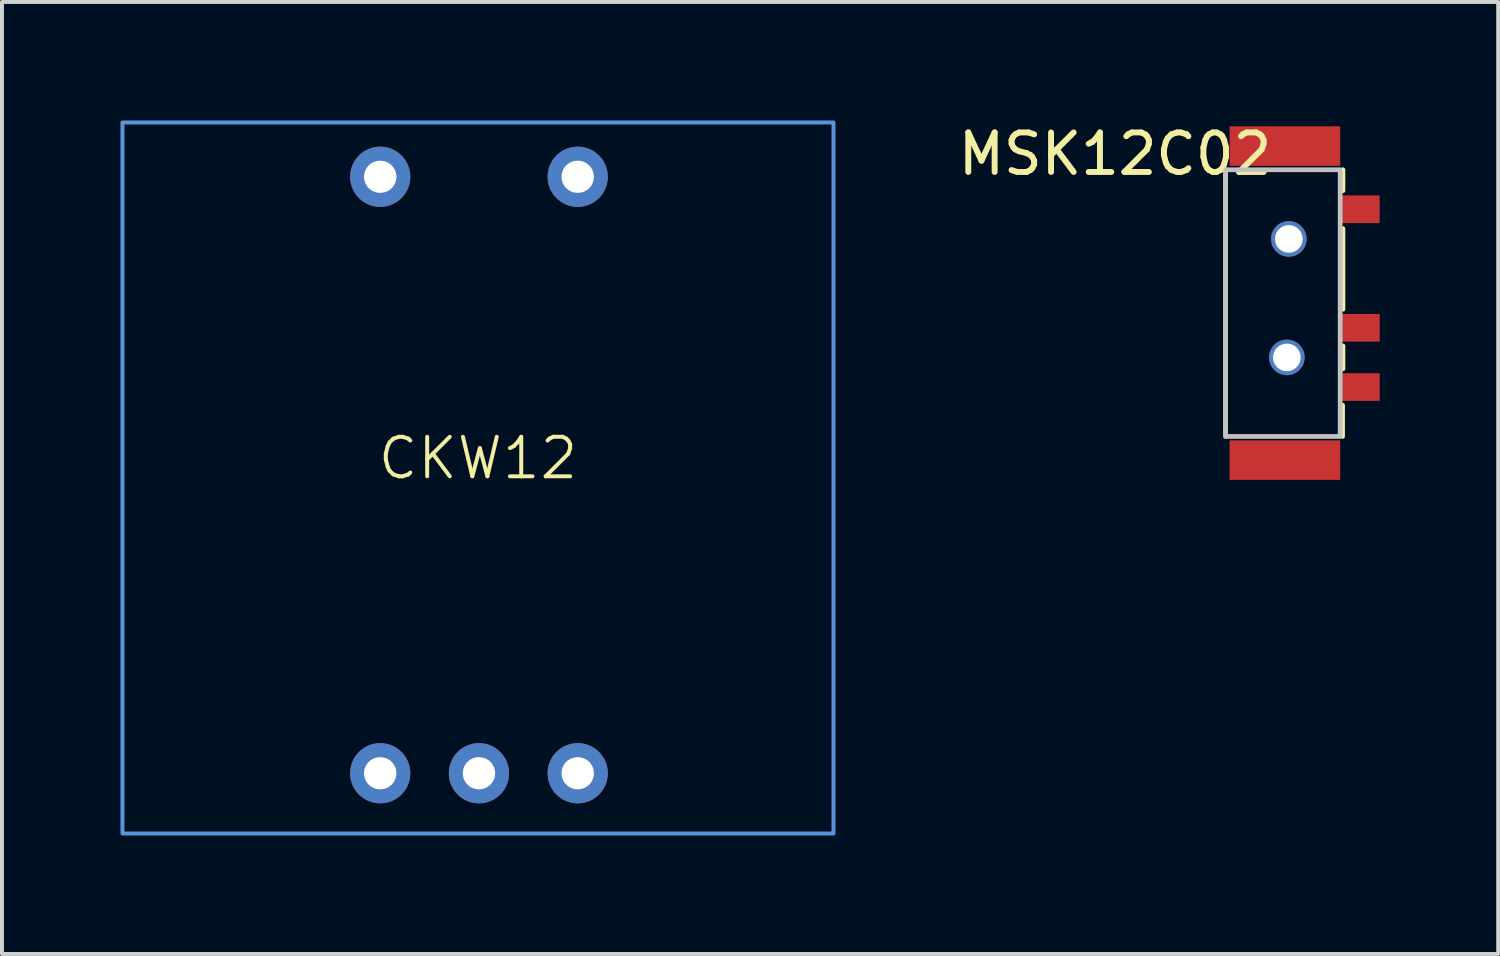
<source format=kicad_pcb>
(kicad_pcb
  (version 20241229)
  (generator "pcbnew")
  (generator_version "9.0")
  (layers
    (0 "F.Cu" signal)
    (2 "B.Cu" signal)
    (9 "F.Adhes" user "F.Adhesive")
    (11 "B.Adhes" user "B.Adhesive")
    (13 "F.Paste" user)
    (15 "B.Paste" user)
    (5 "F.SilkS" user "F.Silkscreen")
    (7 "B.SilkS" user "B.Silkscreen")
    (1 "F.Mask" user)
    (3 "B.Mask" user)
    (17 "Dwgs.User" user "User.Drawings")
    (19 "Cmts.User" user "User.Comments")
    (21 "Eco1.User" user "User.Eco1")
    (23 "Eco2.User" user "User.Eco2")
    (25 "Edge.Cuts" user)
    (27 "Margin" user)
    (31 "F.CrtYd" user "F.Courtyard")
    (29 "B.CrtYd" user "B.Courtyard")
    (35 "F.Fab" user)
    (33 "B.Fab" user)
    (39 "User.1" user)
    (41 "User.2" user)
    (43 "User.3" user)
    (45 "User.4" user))
  (footprint "MSK12C02"
    (layer "F.Cu")
    (at 28.177 0.748)
    (property "Reference" "MSK12C02" (at -3 0.1 0) (layer "F.SilkS") (effects (font (size 1 1) (thickness 0.15))))
    (attr through_hole)
    (fp_line (start -0.2 7.25) (end -0.2 0.5) (stroke (width 0.12) (type solid)) (layer "F.SilkS"))
    (fp_line (start 2.76 6.46) (end 2.76 7.25) (stroke (width 0.12) (type solid)) (layer "F.SilkS"))
    (fp_line (start 2.77 1.03) (end 2.77 0.5) (stroke (width 0.12) (type solid)) (layer "F.SilkS"))
    (fp_line (start 2.77 1.99) (end 2.77 4.03) (stroke (width 0.12) (type solid)) (layer "F.SilkS"))
    (fp_line (start 2.77 4.96) (end 2.77 5.54) (stroke (width 0.12) (type solid)) (layer "F.SilkS"))
    (fp_rect (start -0.2 0.5) (end 2.7 7.25) (stroke (width 0.12) (type solid)) (fill no) (layer "Dwgs.User"))
    (pad "" np_thru_hole circle (at 1.35 5.25) (size 0.9 0.9) (drill 0.7) (layers "*.Cu" "*.Mask"))
    (pad "" np_thru_hole circle (at 1.4 2.25) (size 0.9 0.9) (drill 0.7) (layers "*.Cu" "*.Mask"))
    (pad "1" smd rect (at 3.2 1.5 90) (size 0.7 1) (layers "F.Cu" "F.Mask" "F.Paste"))
    (pad "2" smd rect (at 3.2 4.5 90) (size 0.7 1) (layers "F.Cu" "F.Mask" "F.Paste"))
    (pad "3" smd rect (at 3.2 6 90) (size 0.7 1) (layers "F.Cu" "F.Mask" "F.Paste"))
    (pad "NC" smd rect (at 1.3 -0.1) (size 2.8 1) (layers "F.Cu" "F.Mask" "F.Paste"))
    (pad "NC" smd rect (at 1.3 7.85) (size 2.8 1) (layers "F.Cu" "F.Mask" "F.Paste")))
  (footprint "CKW12"
    (layer "F.Cu")
    (at 9.05 9.05)
    (property "Reference" "CKW12" (at 0 -0.5 0) (unlocked yes) (layer "F.SilkS") (effects (font (size 1 1) (thickness 0.1))))
    (attr smd exclude_from_pos_files exclude_from_bom)
    (fp_rect (start -9 -9) (end 9 9) (stroke (width 0.1) (type default)) (fill no) (layer "Cmts.User"))
    (pad "1" thru_hole circle (at 2.525 -7.625) (size 1.524 1.524) (drill oval 0.82 0.813) (layers "*.Cu" "*.Mask"))
    (pad "2" thru_hole circle (at -2.475 -7.625) (size 1.524 1.524) (drill oval 0.82 0.813) (layers "*.Cu" "*.Mask"))
    (pad "A" thru_hole circle (at -2.475 7.475) (size 1.524 1.524) (drill oval 0.82 0.813) (layers "*.Cu" "*.Mask"))
    (pad "B" thru_hole circle (at 2.525 7.475) (size 1.524 1.524) (drill oval 0.82 0.813) (layers "*.Cu" "*.Mask"))
    (pad "C" thru_hole circle (at 0.025 7.475) (size 1.524 1.524) (drill oval 0.82 0.813) (layers "*.Cu" "*.Mask")))
  (gr_rect
    (start -3 -3)
    (end 34.877 21.1)
    (stroke (width 0.1) (type default))
    (fill no)
    (layer "Edge.Cuts")))
</source>
